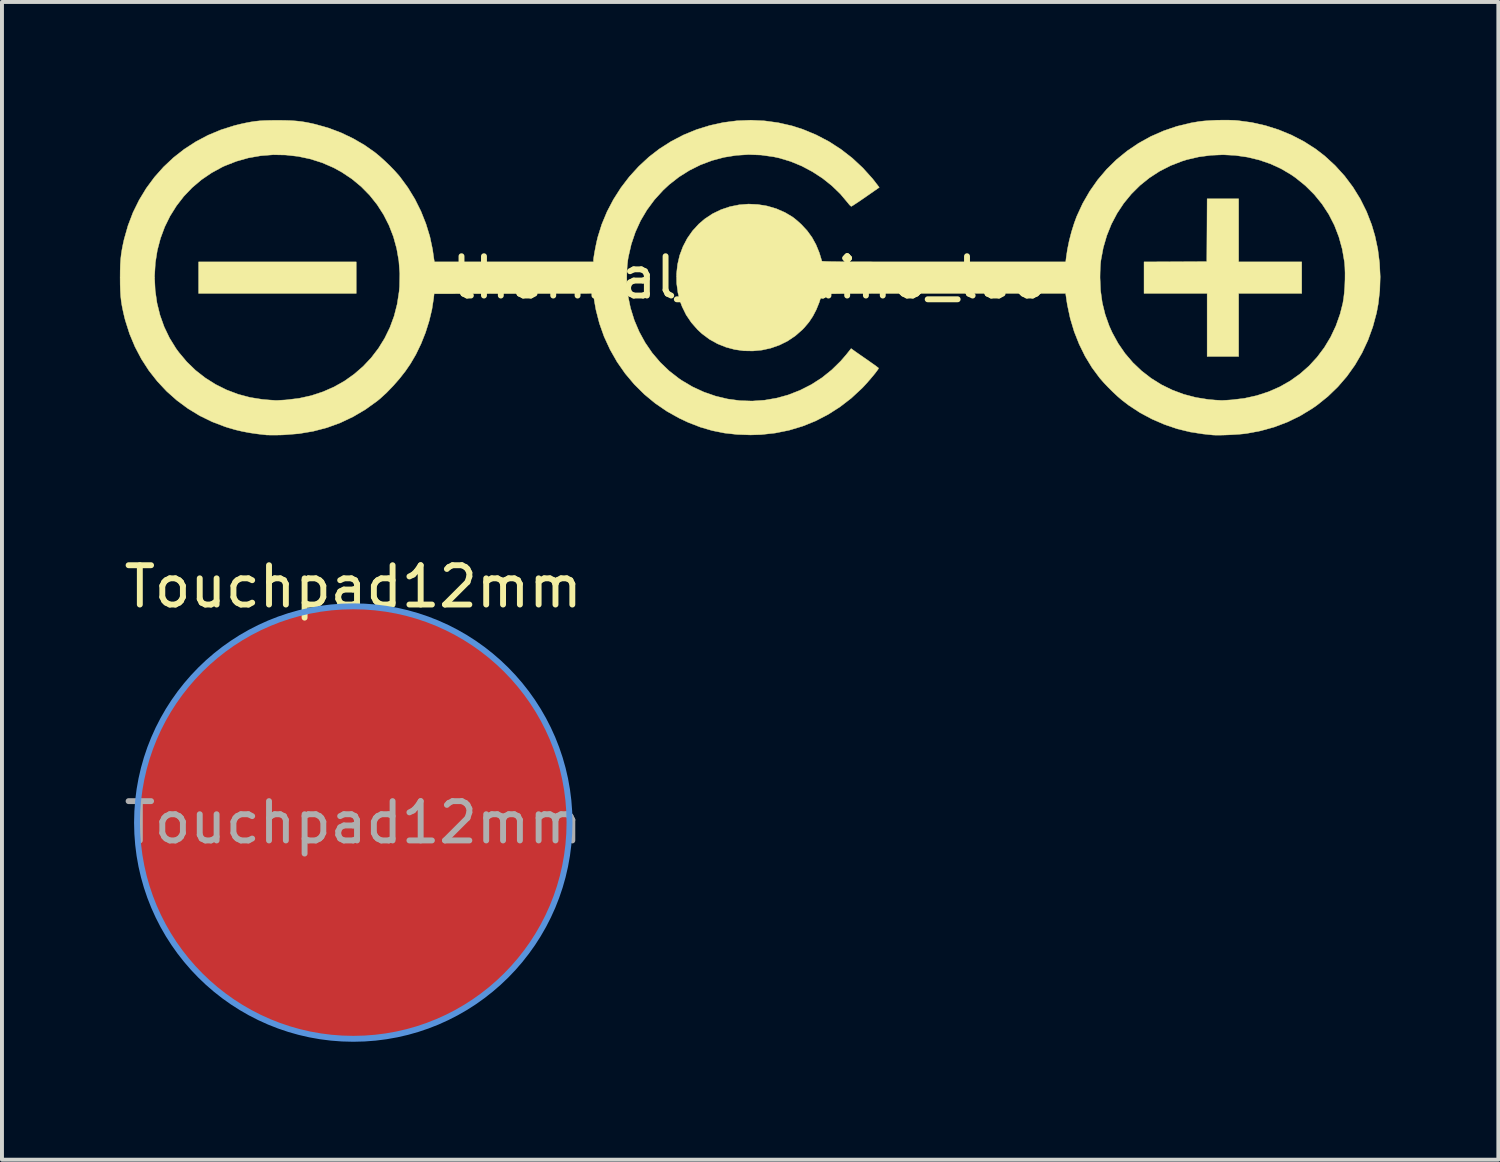
<source format=kicad_pcb>
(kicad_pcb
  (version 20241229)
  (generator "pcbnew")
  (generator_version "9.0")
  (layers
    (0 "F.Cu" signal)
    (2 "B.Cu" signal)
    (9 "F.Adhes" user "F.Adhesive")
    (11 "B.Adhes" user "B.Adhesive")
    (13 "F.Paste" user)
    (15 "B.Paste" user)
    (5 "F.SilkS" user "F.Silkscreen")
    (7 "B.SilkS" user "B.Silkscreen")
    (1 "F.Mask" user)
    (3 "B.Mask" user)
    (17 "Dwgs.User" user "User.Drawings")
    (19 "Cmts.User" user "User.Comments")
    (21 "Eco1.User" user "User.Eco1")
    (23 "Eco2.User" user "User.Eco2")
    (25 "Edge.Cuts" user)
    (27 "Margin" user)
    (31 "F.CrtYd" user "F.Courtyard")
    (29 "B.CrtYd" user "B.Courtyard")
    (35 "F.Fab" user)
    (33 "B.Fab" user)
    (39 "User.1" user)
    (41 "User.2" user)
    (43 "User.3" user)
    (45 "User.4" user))
  (footprint "thermal_arduino_leo"
    (layer "F.Cu")
    (at 16.021 4.012)
    (property "Reference" "thermal_arduino_leo" (at 0 0 0) (layer "F.SilkS") (effects (font (size 1 1) (thickness 0.15))))
    (attr exclude_from_pos_files exclude_from_bom)
    (fp_poly (pts (xy -10.01 0.401) (xy -14.02 0.401) (xy -14.02 -0.401) (xy -10.01 -0.401) (xy -10.01 0.401)) (stroke (width 0.01) (type solid)) (fill yes) (layer "F.SilkS"))
    (fp_poly (pts (xy 12.433 -0.401) (xy 14.037 -0.401) (xy 14.037 0.401) (xy 12.433 0.401) (xy 12.433 2.005) (xy 11.631 2.005) (xy 11.631 0.401) (xy 10.026 0.401) (xy 10.026 -0.401) (xy 10.824 -0.405) (xy 11.622 -0.409) (xy 11.627 -1.207) (xy 11.631 -2.005) (xy 12.433 -2.005) (xy 12.433 -0.401)) (stroke (width 0.01) (type solid)) (fill yes) (layer "F.SilkS"))
    (fp_poly (pts (xy 12.193 -4.006) (xy 12.338 -4.001) (xy 12.409 -3.995) (xy 12.765 -3.947) (xy 13.115 -3.868) (xy 13.455 -3.76) (xy 13.783 -3.624) (xy 14.095 -3.462) (xy 14.388 -3.275) (xy 14.622 -3.095) (xy 14.886 -2.852) (xy 15.126 -2.588) (xy 15.34 -2.303) (xy 15.527 -2) (xy 15.686 -1.68) (xy 15.816 -1.345) (xy 15.9 -1.061) (xy 15.972 -0.723) (xy 16.016 -0.375) (xy 16.033 -0.023) (xy 16.022 0.326) (xy 15.983 0.666) (xy 15.941 0.892) (xy 15.845 1.249) (xy 15.721 1.591) (xy 15.569 1.916) (xy 15.39 2.223) (xy 15.185 2.511) (xy 14.954 2.778) (xy 14.699 3.024) (xy 14.42 3.247) (xy 14.302 3.329) (xy 13.994 3.516) (xy 13.672 3.673) (xy 13.336 3.8) (xy 12.986 3.897) (xy 12.645 3.961) (xy 12.559 3.972) (xy 12.454 3.982) (xy 12.335 3.99) (xy 12.21 3.997) (xy 12.087 4.002) (xy 11.971 4.005) (xy 11.871 4.006) (xy 11.794 4.003) (xy 11.764 4.001) (xy 11.723 3.996) (xy 11.658 3.99) (xy 11.581 3.981) (xy 11.53 3.976) (xy 11.2 3.925) (xy 10.869 3.844) (xy 10.543 3.733) (xy 10.226 3.596) (xy 9.922 3.433) (xy 9.638 3.247) (xy 9.467 3.116) (xy 9.357 3.022) (xy 9.238 2.911) (xy 9.117 2.791) (xy 9.004 2.672) (xy 8.908 2.562) (xy 8.896 2.548) (xy 8.701 2.285) (xy 8.527 1.998) (xy 8.376 1.691) (xy 8.249 1.37) (xy 8.149 1.036) (xy 8.076 0.695) (xy 8.062 0.606) (xy 8.032 0.401) (xy 4.934 0.401) (xy 4.543 0.401) (xy 4.184 0.401) (xy 3.856 0.401) (xy 3.557 0.402) (xy 3.287 0.402) (xy 3.045 0.403) (xy 2.829 0.403) (xy 2.638 0.404) (xy 2.47 0.405) (xy 2.325 0.406) (xy 2.201 0.408) (xy 2.098 0.409) (xy 2.013 0.411) (xy 1.946 0.412) (xy 1.896 0.414) (xy 1.861 0.417) (xy 1.839 0.419) (xy 1.831 0.422) (xy 1.831 0.422) (xy 1.764 0.633) (xy 1.689 0.817) (xy 1.604 0.98) (xy 1.506 1.128) (xy 1.39 1.266) (xy 1.338 1.321) (xy 1.158 1.479) (xy 0.962 1.611) (xy 0.753 1.715) (xy 0.534 1.792) (xy 0.308 1.842) (xy 0.078 1.864) (xy -0.153 1.86) (xy -0.382 1.828) (xy -0.606 1.768) (xy -0.821 1.682) (xy -1.026 1.568) (xy -1.215 1.427) (xy -1.326 1.325) (xy -1.488 1.141) (xy -1.619 0.947) (xy -1.721 0.74) (xy -1.763 0.628) (xy -1.828 0.387) (xy -1.861 0.144) (xy -1.863 0.006) (xy 8.907 0.006) (xy 8.921 0.329) (xy 8.964 0.638) (xy 9.037 0.935) (xy 9.14 1.226) (xy 9.216 1.395) (xy 9.367 1.671) (xy 9.543 1.927) (xy 9.743 2.161) (xy 9.965 2.372) (xy 10.207 2.559) (xy 10.468 2.722) (xy 10.746 2.858) (xy 11.038 2.967) (xy 11.344 3.047) (xy 11.661 3.098) (xy 11.848 3.114) (xy 11.908 3.117) (xy 11.961 3.12) (xy 11.981 3.122) (xy 12.013 3.122) (xy 12.071 3.119) (xy 12.146 3.115) (xy 12.233 3.109) (xy 12.252 3.108) (xy 12.58 3.069) (xy 12.895 2.999) (xy 13.195 2.901) (xy 13.479 2.776) (xy 13.746 2.624) (xy 13.994 2.447) (xy 14.222 2.246) (xy 14.428 2.022) (xy 14.612 1.777) (xy 14.772 1.511) (xy 14.906 1.227) (xy 15.013 0.924) (xy 15.082 0.652) (xy 15.103 0.526) (xy 15.12 0.377) (xy 15.132 0.213) (xy 15.138 0.044) (xy 15.139 -0.121) (xy 15.134 -0.273) (xy 15.124 -0.397) (xy 15.068 -0.724) (xy 14.982 -1.036) (xy 14.868 -1.332) (xy 14.725 -1.611) (xy 14.554 -1.872) (xy 14.356 -2.115) (xy 14.131 -2.339) (xy 13.88 -2.542) (xy 13.769 -2.619) (xy 13.514 -2.77) (xy 13.24 -2.896) (xy 12.953 -2.994) (xy 12.654 -3.066) (xy 12.348 -3.11) (xy 12.038 -3.126) (xy 11.727 -3.113) (xy 11.419 -3.072) (xy 11.117 -3.002) (xy 10.996 -2.964) (xy 10.699 -2.849) (xy 10.42 -2.706) (xy 10.16 -2.537) (xy 9.921 -2.344) (xy 9.704 -2.128) (xy 9.51 -1.892) (xy 9.34 -1.635) (xy 9.196 -1.361) (xy 9.079 -1.07) (xy 8.99 -0.765) (xy 8.93 -0.446) (xy 8.924 -0.401) (xy 8.918 -0.333) (xy 8.913 -0.241) (xy 8.909 -0.137) (xy 8.907 -0.03) (xy 8.907 0.006) (xy -1.863 0.006) (xy -1.864 -0.098) (xy -1.838 -0.336) (xy -1.784 -0.568) (xy -1.701 -0.789) (xy -1.592 -0.998) (xy -1.457 -1.191) (xy -1.296 -1.366) (xy -1.148 -1.493) (xy -0.947 -1.626) (xy -0.732 -1.73) (xy -0.506 -1.806) (xy -0.272 -1.853) (xy -0.034 -1.872) (xy 0.205 -1.861) (xy 0.442 -1.822) (xy 0.672 -1.755) (xy 0.894 -1.658) (xy 1.078 -1.549) (xy 1.133 -1.508) (xy 1.201 -1.452) (xy 1.272 -1.389) (xy 1.316 -1.348) (xy 1.46 -1.192) (xy 1.582 -1.024) (xy 1.683 -0.84) (xy 1.767 -0.635) (xy 1.832 -0.422) (xy 1.838 -0.419) (xy 1.858 -0.417) (xy 1.891 -0.415) (xy 1.94 -0.413) (xy 2.004 -0.411) (xy 2.087 -0.409) (xy 2.188 -0.408) (xy 2.309 -0.406) (xy 2.451 -0.405) (xy 2.616 -0.404) (xy 2.804 -0.404) (xy 3.017 -0.403) (xy 3.257 -0.402) (xy 3.523 -0.402) (xy 3.818 -0.401) (xy 4.142 -0.401) (xy 4.498 -0.401) (xy 4.885 -0.401) (xy 8.034 -0.401) (xy 8.046 -0.505) (xy 8.077 -0.715) (xy 8.123 -0.94) (xy 8.182 -1.168) (xy 8.251 -1.388) (xy 8.315 -1.561) (xy 8.467 -1.89) (xy 8.646 -2.2) (xy 8.849 -2.489) (xy 9.076 -2.757) (xy 9.326 -3.002) (xy 9.597 -3.223) (xy 9.887 -3.419) (xy 10.195 -3.59) (xy 10.521 -3.733) (xy 10.861 -3.849) (xy 11.216 -3.935) (xy 11.419 -3.97) (xy 11.547 -3.985) (xy 11.699 -3.996) (xy 11.863 -4.004) (xy 12.031 -4.007) (xy 12.193 -4.006)) (stroke (width 0.01) (type solid)) (fill yes) (layer "F.SilkS"))
    (fp_poly (pts (xy 0.378 -3.988) (xy 0.727 -3.94) (xy 1.073 -3.861) (xy 1.345 -3.774) (xy 1.685 -3.633) (xy 2.01 -3.463) (xy 2.317 -3.265) (xy 2.606 -3.041) (xy 2.875 -2.79) (xy 3.122 -2.516) (xy 3.247 -2.355) (xy 3.292 -2.295) (xy 2.946 -2.054) (xy 2.85 -1.988) (xy 2.764 -1.929) (xy 2.689 -1.88) (xy 2.631 -1.842) (xy 2.593 -1.819) (xy 2.58 -1.813) (xy 2.561 -1.826) (xy 2.529 -1.858) (xy 2.493 -1.903) (xy 2.303 -2.129) (xy 2.087 -2.338) (xy 1.849 -2.528) (xy 1.592 -2.695) (xy 1.322 -2.839) (xy 1.041 -2.955) (xy 0.754 -3.042) (xy 0.608 -3.074) (xy 0.288 -3.119) (xy -0.031 -3.131) (xy -0.346 -3.111) (xy -0.657 -3.061) (xy -0.96 -2.98) (xy -1.253 -2.87) (xy -1.534 -2.73) (xy -1.8 -2.563) (xy -2.05 -2.368) (xy -2.206 -2.223) (xy -2.426 -1.981) (xy -2.617 -1.723) (xy -2.779 -1.449) (xy -2.911 -1.159) (xy -3.015 -0.852) (xy -3.089 -0.529) (xy -3.102 -0.451) (xy -3.117 -0.322) (xy -3.126 -0.172) (xy -3.13 -0.01) (xy -3.127 0.153) (xy -3.119 0.305) (xy -3.104 0.436) (xy -3.102 0.449) (xy -3.035 0.771) (xy -2.939 1.081) (xy -2.814 1.375) (xy -2.662 1.653) (xy -2.484 1.913) (xy -2.28 2.153) (xy -2.053 2.371) (xy -1.802 2.566) (xy -1.738 2.61) (xy -1.459 2.775) (xy -1.169 2.909) (xy -0.869 3.013) (xy -0.563 3.086) (xy -0.251 3.128) (xy 0.062 3.138) (xy 0.377 3.116) (xy 0.689 3.062) (xy 0.977 2.982) (xy 1.279 2.864) (xy 1.566 2.718) (xy 1.835 2.545) (xy 2.085 2.344) (xy 2.314 2.119) (xy 2.452 1.959) (xy 2.576 1.803) (xy 2.654 1.859) (xy 2.693 1.887) (xy 2.753 1.929) (xy 2.829 1.982) (xy 2.914 2.041) (xy 3.004 2.103) (xy 3.087 2.162) (xy 3.16 2.213) (xy 3.218 2.256) (xy 3.258 2.286) (xy 3.275 2.301) (xy 3.275 2.302) (xy 3.265 2.325) (xy 3.235 2.367) (xy 3.191 2.426) (xy 3.135 2.495) (xy 3.071 2.571) (xy 3.004 2.648) (xy 2.937 2.723) (xy 2.874 2.791) (xy 2.85 2.815) (xy 2.579 3.066) (xy 2.291 3.288) (xy 1.988 3.481) (xy 1.671 3.645) (xy 1.34 3.778) (xy 0.998 3.881) (xy 0.646 3.952) (xy 0.284 3.992) (xy 0.017 4) (xy -0.324 3.988) (xy -0.646 3.952) (xy -0.956 3.89) (xy -1.259 3.801) (xy -1.562 3.684) (xy -1.792 3.576) (xy -2.109 3.399) (xy -2.407 3.195) (xy -2.684 2.966) (xy -2.939 2.713) (xy -3.171 2.437) (xy -3.377 2.141) (xy -3.556 1.826) (xy -3.707 1.498) (xy -3.825 1.165) (xy -3.913 0.823) (xy -3.947 0.634) (xy -3.985 0.401) (xy -8.029 0.409) (xy -8.042 0.526) (xy -8.086 0.81) (xy -8.156 1.102) (xy -8.248 1.395) (xy -8.362 1.681) (xy -8.493 1.953) (xy -8.631 2.189) (xy -8.76 2.377) (xy -8.909 2.567) (xy -9.07 2.751) (xy -9.236 2.923) (xy -9.401 3.074) (xy -9.48 3.139) (xy -9.779 3.354) (xy -10.092 3.538) (xy -10.417 3.692) (xy -10.755 3.815) (xy -11.106 3.907) (xy -11.47 3.968) (xy -11.846 3.998) (xy -11.923 4.001) (xy -12.025 4.003) (xy -12.12 4.003) (xy -12.201 4.003) (xy -12.262 4.002) (xy -12.291 4.001) (xy -12.517 3.975) (xy -12.719 3.946) (xy -12.904 3.911) (xy -13.08 3.87) (xy -13.257 3.819) (xy -13.343 3.792) (xy -13.676 3.665) (xy -13.993 3.51) (xy -14.292 3.328) (xy -14.572 3.121) (xy -14.832 2.89) (xy -15.07 2.636) (xy -15.285 2.362) (xy -15.475 2.068) (xy -15.639 1.756) (xy -15.776 1.428) (xy -15.885 1.085) (xy -15.907 0.999) (xy -15.941 0.851) (xy -15.968 0.719) (xy -15.988 0.593) (xy -16.002 0.467) (xy -16.01 0.331) (xy -16.015 0.178) (xy -16.016 0) (xy -16.016 -0.008) (xy -15.14 -0.008) (xy -15.124 0.324) (xy -15.078 0.645) (xy -15.001 0.955) (xy -14.895 1.252) (xy -14.759 1.535) (xy -14.594 1.802) (xy -14.523 1.899) (xy -14.321 2.14) (xy -14.097 2.357) (xy -13.851 2.549) (xy -13.588 2.715) (xy -13.309 2.854) (xy -13.016 2.965) (xy -12.712 3.046) (xy -12.399 3.096) (xy -12.274 3.107) (xy -12.196 3.113) (xy -12.127 3.117) (xy -12.077 3.121) (xy -12.057 3.122) (xy -12.028 3.122) (xy -11.974 3.119) (xy -11.9 3.115) (xy -11.815 3.11) (xy -11.79 3.108) (xy -11.465 3.069) (xy -11.153 3) (xy -10.856 2.902) (xy -10.574 2.778) (xy -10.308 2.628) (xy -10.062 2.453) (xy -9.835 2.256) (xy -9.63 2.038) (xy -9.447 1.799) (xy -9.288 1.542) (xy -9.154 1.267) (xy -9.047 0.977) (xy -8.969 0.672) (xy -8.92 0.354) (xy -8.909 0.226) (xy -8.903 -0.105) (xy -8.927 -0.428) (xy -8.982 -0.741) (xy -9.065 -1.042) (xy -9.177 -1.33) (xy -9.315 -1.602) (xy -9.48 -1.859) (xy -9.67 -2.097) (xy -9.884 -2.315) (xy -10.122 -2.512) (xy -10.382 -2.685) (xy -10.586 -2.797) (xy -10.877 -2.923) (xy -11.179 -3.019) (xy -11.49 -3.085) (xy -11.805 -3.12) (xy -12.123 -3.126) (xy -12.44 -3.101) (xy -12.753 -3.046) (xy -13.058 -2.96) (xy -13.354 -2.844) (xy -13.415 -2.816) (xy -13.693 -2.664) (xy -13.951 -2.488) (xy -14.186 -2.288) (xy -14.397 -2.067) (xy -14.584 -1.825) (xy -14.746 -1.566) (xy -14.882 -1.29) (xy -14.99 -0.999) (xy -15.07 -0.694) (xy -15.12 -0.378) (xy -15.139 -0.052) (xy -15.14 -0.008) (xy -16.016 -0.008) (xy -16.015 -0.178) (xy -16.011 -0.331) (xy -16.002 -0.466) (xy -15.988 -0.593) (xy -15.968 -0.719) (xy -15.942 -0.852) (xy -15.914 -0.978) (xy -15.815 -1.326) (xy -15.688 -1.659) (xy -15.532 -1.975) (xy -15.35 -2.275) (xy -15.143 -2.555) (xy -14.913 -2.814) (xy -14.66 -3.052) (xy -14.386 -3.267) (xy -14.093 -3.457) (xy -13.782 -3.622) (xy -13.454 -3.759) (xy -13.11 -3.868) (xy -12.951 -3.907) (xy -12.813 -3.937) (xy -12.692 -3.96) (xy -12.578 -3.977) (xy -12.464 -3.989) (xy -12.343 -3.996) (xy -12.205 -4) (xy -12.044 -4.002) (xy -12.007 -4.002) (xy -11.828 -4) (xy -11.674 -3.995) (xy -11.536 -3.985) (xy -11.407 -3.971) (xy -11.278 -3.95) (xy -11.141 -3.922) (xy -11.047 -3.9) (xy -10.72 -3.808) (xy -10.399 -3.687) (xy -10.089 -3.539) (xy -9.795 -3.368) (xy -9.539 -3.188) (xy -9.418 -3.089) (xy -9.287 -2.971) (xy -9.155 -2.845) (xy -9.032 -2.717) (xy -8.925 -2.597) (xy -8.899 -2.565) (xy -8.698 -2.292) (xy -8.519 -1.999) (xy -8.365 -1.69) (xy -8.238 -1.371) (xy -8.138 -1.045) (xy -8.069 -0.718) (xy -8.055 -0.618) (xy -8.045 -0.548) (xy -8.036 -0.487) (xy -8.03 -0.446) (xy -8.028 -0.439) (xy -8.02 -0.401) (xy -3.977 -0.401) (xy -3.977 -0.441) (xy -3.974 -0.484) (xy -3.964 -0.552) (xy -3.95 -0.638) (xy -3.932 -0.734) (xy -3.912 -0.834) (xy -3.892 -0.928) (xy -3.872 -1.011) (xy -3.869 -1.026) (xy -3.766 -1.356) (xy -3.632 -1.678) (xy -3.469 -1.989) (xy -3.279 -2.287) (xy -3.064 -2.568) (xy -2.826 -2.829) (xy -2.567 -3.069) (xy -2.305 -3.272) (xy -2.003 -3.465) (xy -1.686 -3.63) (xy -1.358 -3.765) (xy -1.02 -3.87) (xy -0.676 -3.946) (xy -0.326 -3.991) (xy 0.026 -4.005) (xy 0.378 -3.988)) (stroke (width 0.01) (type solid)) (fill yes) (layer "F.SilkS")))
  (footprint "Touchpad12mm"
    (layer "F.Cu")
    (at 5.935 17.871)
    (property "Reference" "Touchpad12mm" (at 0 -6 0) (layer "F.SilkS") (effects (font (size 1 1) (thickness 0.15))))
    (attr exclude_from_pos_files)
    (fp_circle (center 0 0) (end 5.5 0) (stroke (width 0.15) (type solid)) (fill no) (layer "Cmts.User"))
    (fp_circle (center 0 0) (end 5.5 0) (stroke (width 0.05) (type solid)) (fill no) (layer "F.CrtYd"))
    (fp_text user "${REFERENCE}" (at 0 0 0) (layer "F.Fab") (effects (font (size 1 1) (thickness 0.15))))
    (pad "1" connect circle (at 0 0) (size 11 11) (layers "F.Cu" "F.Mask")))
  (gr_rect
    (start -3 -3)
    (end 35.059 26.446)
    (stroke (width 0.1) (type default))
    (fill no)
    (layer "Edge.Cuts")))
</source>
